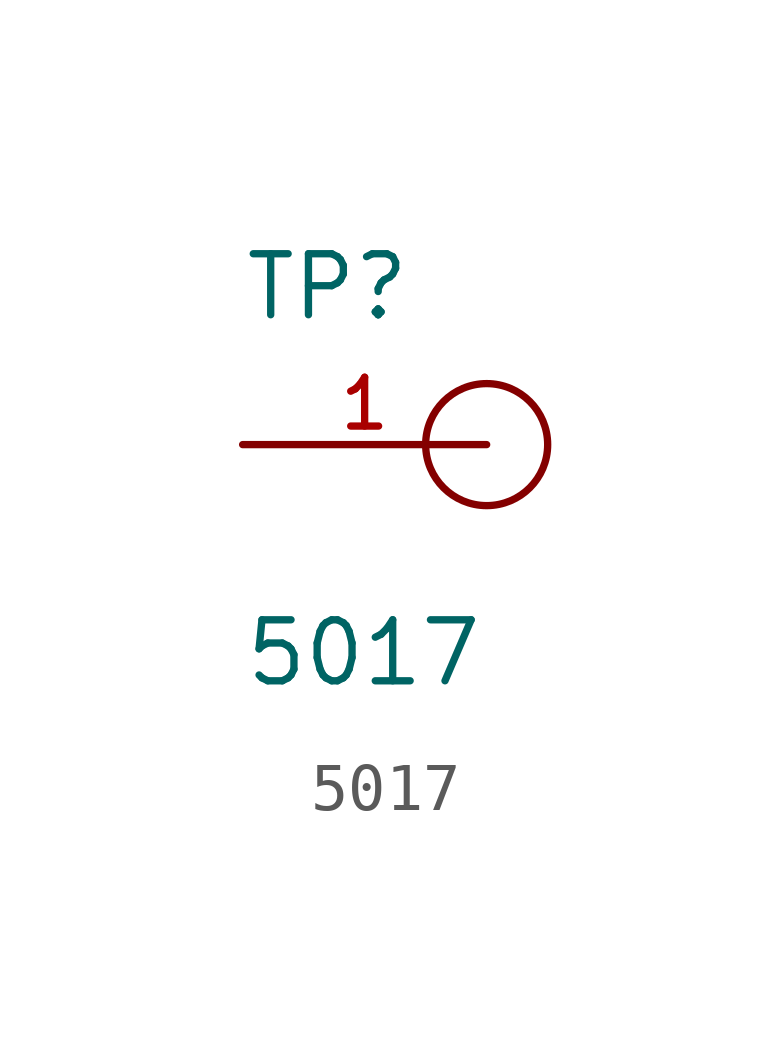
<source format=kicad_sym>
(kicad_symbol_lib
  (version 20211014)
  (generator kicad_symbol_editor)
  (symbol "5017"
    (pin_names
      (offset 1.016))
    (property "Reference" "TP"
      (at -5.08 2.54 0)
      (effects (font (size 1.27 1.27)) (justify bottom left)))
    (property "Value" "5017"
      (at -5.08 -5.08 0)
      (effects (font (size 1.27 1.27)) (justify bottom left)))
    (symbol "5017_0_0"
      (circle (center 0.0 0.0) (radius 1.27) (stroke (width 0.0)) (fill (type none)))
      (pin passive line (at -5.08 0.0 0) (length 5.08) (name "~" (effects (font (size 1.016 1.016)))) (number "1" (effects (font (size 1.016 1.016))))))))
</source>
